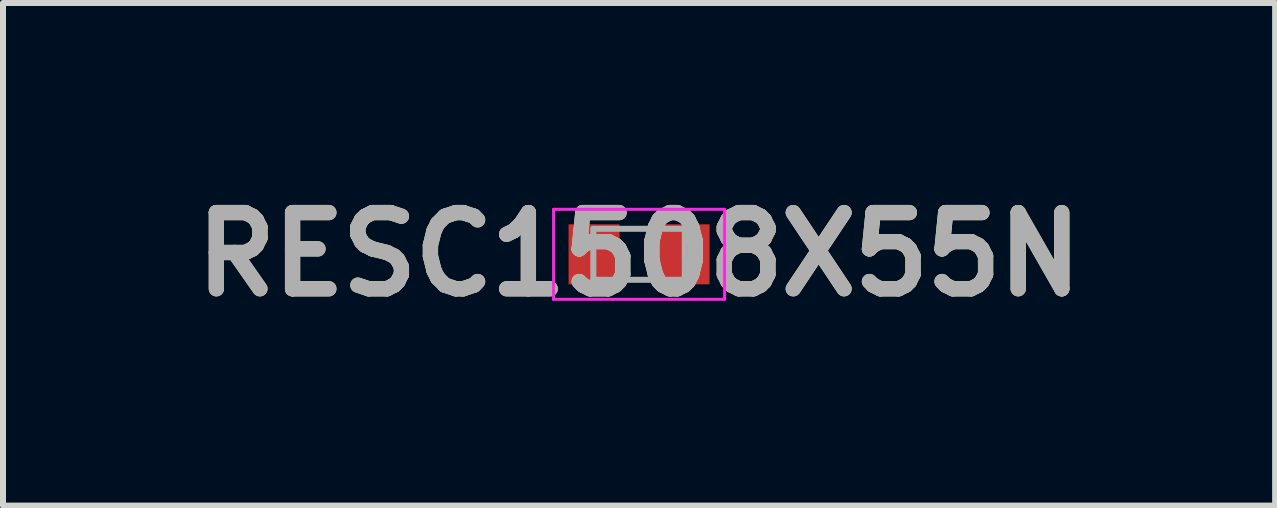
<source format=kicad_pcb>
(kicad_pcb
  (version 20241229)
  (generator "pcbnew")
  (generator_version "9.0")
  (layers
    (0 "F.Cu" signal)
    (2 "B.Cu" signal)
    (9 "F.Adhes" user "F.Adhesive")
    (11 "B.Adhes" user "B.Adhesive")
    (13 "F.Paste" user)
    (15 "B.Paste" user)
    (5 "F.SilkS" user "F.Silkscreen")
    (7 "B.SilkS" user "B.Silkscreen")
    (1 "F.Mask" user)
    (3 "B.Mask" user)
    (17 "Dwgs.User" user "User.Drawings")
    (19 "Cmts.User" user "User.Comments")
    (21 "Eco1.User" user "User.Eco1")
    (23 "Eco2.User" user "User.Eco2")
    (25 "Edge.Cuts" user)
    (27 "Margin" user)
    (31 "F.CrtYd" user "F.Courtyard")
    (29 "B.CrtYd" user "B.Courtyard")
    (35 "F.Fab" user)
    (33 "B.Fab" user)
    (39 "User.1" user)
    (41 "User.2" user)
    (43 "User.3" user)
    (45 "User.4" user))
  (footprint "RESC1508X55N"
    (layer "F.Cu")
    (at 7.602 1.189)
    (property "Reference" "RESC1508X55N" (at 0 0 0) (layer "F.SilkS") (effects (font (size 1.27 1.27) (thickness 0.254))))
    (attr smd)
    (fp_line (start -1.425 -0.75) (end 1.425 -0.75) (stroke (width 0.05) (type solid)) (layer "F.CrtYd"))
    (fp_line (start -1.425 0.75) (end -1.425 -0.75) (stroke (width 0.05) (type solid)) (layer "F.CrtYd"))
    (fp_line (start 1.425 -0.75) (end 1.425 0.75) (stroke (width 0.05) (type solid)) (layer "F.CrtYd"))
    (fp_line (start 1.425 0.75) (end -1.425 0.75) (stroke (width 0.05) (type solid)) (layer "F.CrtYd"))
    (fp_line (start -0.762 -0.425) (end 0.762 -0.425) (stroke (width 0.1) (type solid)) (layer "F.Fab"))
    (fp_line (start -0.762 0.425) (end -0.762 -0.425) (stroke (width 0.1) (type solid)) (layer "F.Fab"))
    (fp_line (start 0.762 -0.425) (end 0.762 0.425) (stroke (width 0.1) (type solid)) (layer "F.Fab"))
    (fp_line (start 0.762 0.425) (end -0.762 0.425) (stroke (width 0.1) (type solid)) (layer "F.Fab"))
    (fp_text user "${REFERENCE}" (at 0 0 0) (layer "F.Fab") (effects (font (size 1.27 1.27) (thickness 0.254))))
    (pad "1" smd rect (at -0.75 0) (size 0.85 1) (layers "F.Cu" "F.Mask" "F.Paste"))
    (pad "2" smd rect (at 0.75 0) (size 0.85 1) (layers "F.Cu" "F.Mask" "F.Paste")))
  (gr_rect
    (start -3 -3)
    (end 18.204 5.377)
    (stroke (width 0.1) (type default))
    (fill no)
    (layer "Edge.Cuts")))
</source>
